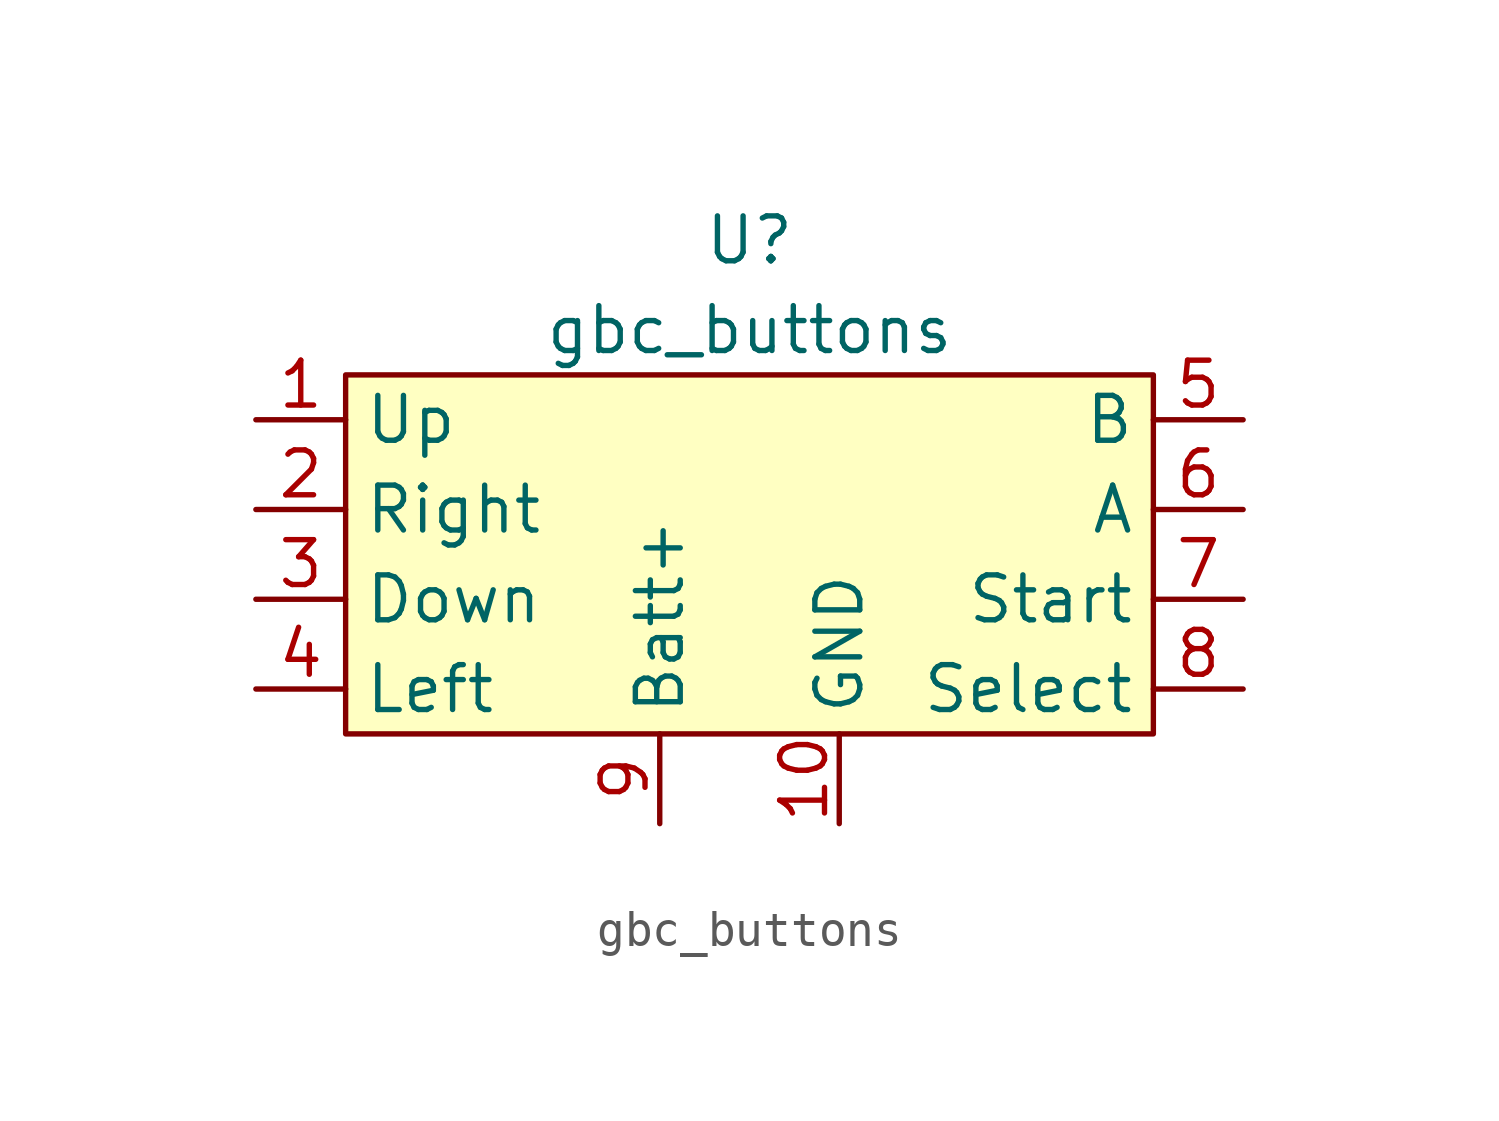
<source format=kicad_sym>
(kicad_symbol_lib
  (version 20211014)
  (generator kicad_symbol_editor)
  (symbol "gbc_buttons"
    (property "Reference" "U"
      (at 0 2.54 0)
      (effects (font (size 1.27 1.27))))
    (property "Value" "gbc_buttons"
      (at 0 0 0)
      (effects (font (size 1.27 1.27))))
    (symbol "gbc_buttons_0_1"
      (rectangle (start -11.43 -1.27) (end 11.43 -11.43) (stroke (width 0.152) (type default) (color 0 0 0 0)) (fill (type background))))
    (symbol "gbc_buttons_1_1"
      (pin passive line (at -13.97 -2.54 0) (length 2.54) (name "Up" (effects (font (size 1.27 1.27)))) (number "1" (effects (font (size 1.27 1.27)))))
      (pin passive line (at 2.54 -13.97 90) (length 2.54) (name "GND" (effects (font (size 1.27 1.27)))) (number "10" (effects (font (size 1.27 1.27)))))
      (pin passive line (at -13.97 -5.08 0) (length 2.54) (name "Right" (effects (font (size 1.27 1.27)))) (number "2" (effects (font (size 1.27 1.27)))))
      (pin passive line (at -13.97 -7.62 0) (length 2.54) (name "Down" (effects (font (size 1.27 1.27)))) (number "3" (effects (font (size 1.27 1.27)))))
      (pin passive line (at -13.97 -10.16 0) (length 2.54) (name "Left" (effects (font (size 1.27 1.27)))) (number "4" (effects (font (size 1.27 1.27)))))
      (pin passive line (at 13.97 -2.54 180) (length 2.54) (name "B" (effects (font (size 1.27 1.27)))) (number "5" (effects (font (size 1.27 1.27)))))
      (pin passive line (at 13.97 -5.08 180) (length 2.54) (name "A" (effects (font (size 1.27 1.27)))) (number "6" (effects (font (size 1.27 1.27)))))
      (pin passive line (at 13.97 -7.62 180) (length 2.54) (name "Start" (effects (font (size 1.27 1.27)))) (number "7" (effects (font (size 1.27 1.27)))))
      (pin passive line (at 13.97 -10.16 180) (length 2.54) (name "Select" (effects (font (size 1.27 1.27)))) (number "8" (effects (font (size 1.27 1.27)))))
      (pin passive line (at -2.54 -13.97 90) (length 2.54) (name "Batt+" (effects (font (size 1.27 1.27)))) (number "9" (effects (font (size 1.27 1.27))))))))
</source>
